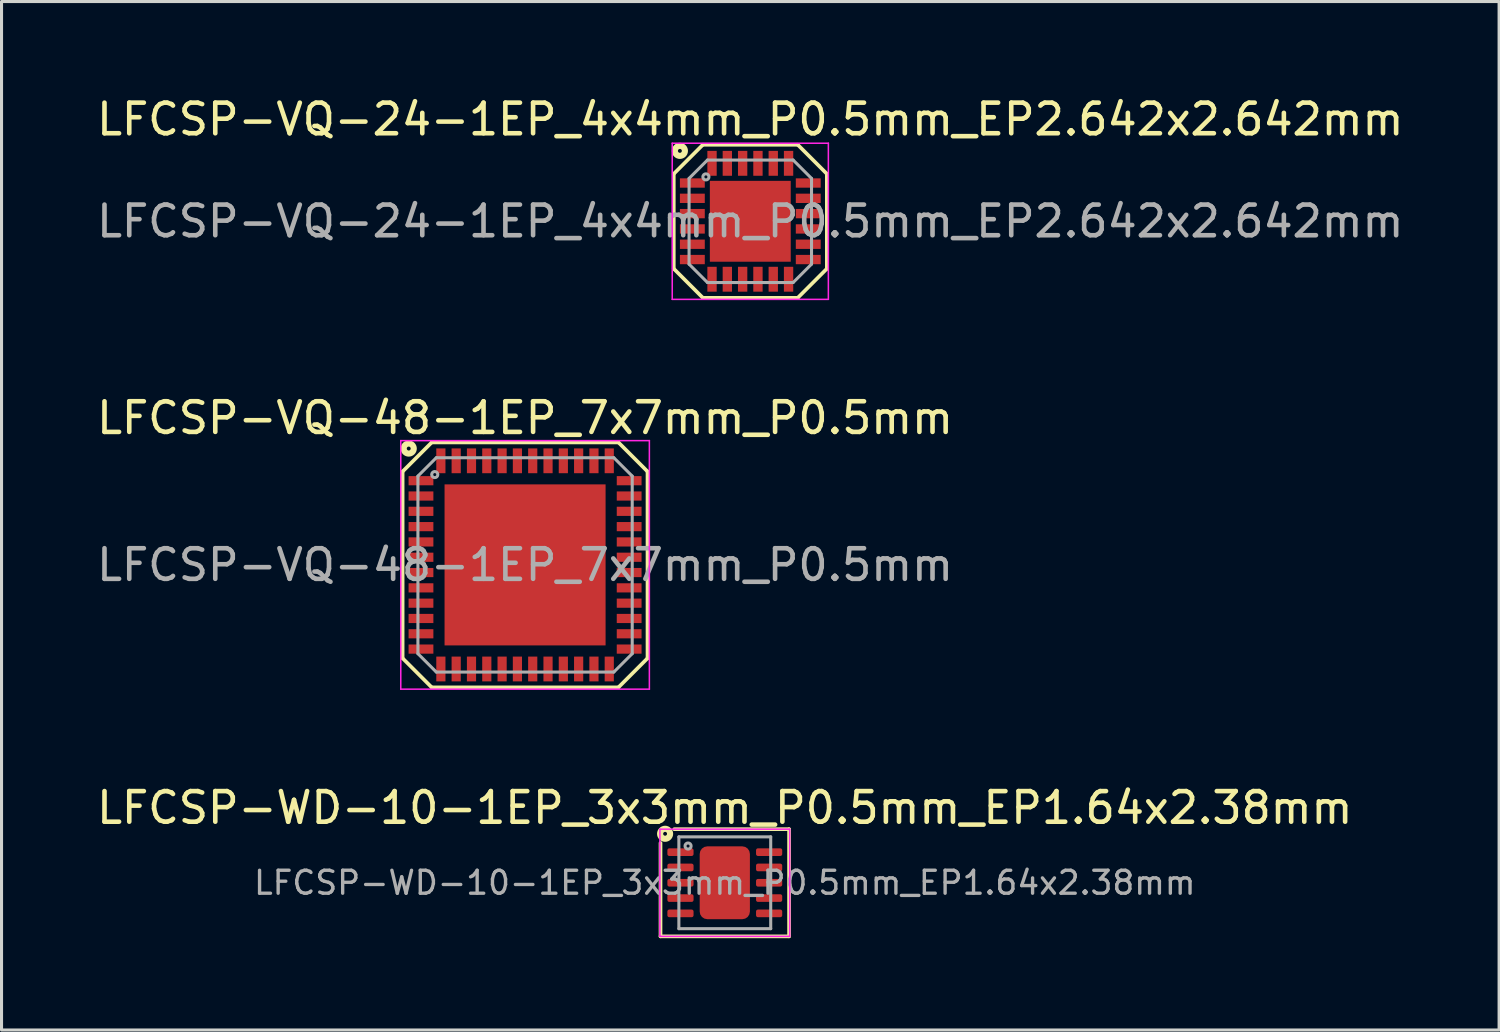
<source format=kicad_pcb>
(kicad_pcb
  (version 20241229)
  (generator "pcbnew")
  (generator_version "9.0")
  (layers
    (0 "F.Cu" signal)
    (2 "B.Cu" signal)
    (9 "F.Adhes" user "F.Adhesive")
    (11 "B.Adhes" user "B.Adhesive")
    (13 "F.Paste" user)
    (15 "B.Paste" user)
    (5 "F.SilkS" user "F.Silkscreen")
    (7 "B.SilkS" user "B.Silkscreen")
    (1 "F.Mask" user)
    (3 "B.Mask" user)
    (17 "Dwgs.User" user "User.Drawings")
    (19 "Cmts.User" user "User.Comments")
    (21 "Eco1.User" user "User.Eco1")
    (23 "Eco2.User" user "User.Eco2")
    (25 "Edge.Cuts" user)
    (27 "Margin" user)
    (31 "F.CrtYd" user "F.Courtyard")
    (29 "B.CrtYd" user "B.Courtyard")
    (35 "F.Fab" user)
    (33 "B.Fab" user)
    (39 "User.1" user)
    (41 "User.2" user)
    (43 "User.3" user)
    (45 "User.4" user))
  (footprint "LFCSP-VQ-48-1EP_7x7mm_P0.5mm"
    (layer "F.Cu")
    (at 14.101 15.402)
    (property "Reference" "LFCSP-VQ-48-1EP_7x7mm_P0.5mm" (at 0 -4.8 0) (layer "F.SilkS") (effects (font (size 1 1) (thickness 0.15))))
    (attr smd)
    (fp_line (start -4 -3.05) (end -4 3.05) (stroke (width 0.12) (type solid)) (layer "F.SilkS"))
    (fp_line (start -4 -3.05) (end -3.05 -4) (stroke (width 0.12) (type solid)) (layer "F.SilkS"))
    (fp_line (start -4 3.05) (end -3.05 4) (stroke (width 0.12) (type solid)) (layer "F.SilkS"))
    (fp_line (start -3.05 -4) (end 3.05 -4) (stroke (width 0.12) (type solid)) (layer "F.SilkS"))
    (fp_line (start 3.05 4) (end -3.05 4) (stroke (width 0.12) (type solid)) (layer "F.SilkS"))
    (fp_line (start 4 -3.05) (end 3.05 -4) (stroke (width 0.12) (type solid)) (layer "F.SilkS"))
    (fp_line (start 4 3.05) (end 3.05 4) (stroke (width 0.12) (type solid)) (layer "F.SilkS"))
    (fp_line (start 4 3.05) (end 4 -3.05) (stroke (width 0.12) (type solid)) (layer "F.SilkS"))
    (fp_circle (center -3.8 -3.8) (end -3.736 -3.8) (stroke (width 0.2) (type solid)) (fill no) (layer "F.SilkS"))
    (fp_line (start -4.06 -4.06) (end 4.06 -4.06) (stroke (width 0.05) (type solid)) (layer "F.CrtYd"))
    (fp_line (start -4.06 4.06) (end -4.06 -4.06) (stroke (width 0.05) (type solid)) (layer "F.CrtYd"))
    (fp_line (start 4.06 -4.06) (end 4.06 4.06) (stroke (width 0.05) (type solid)) (layer "F.CrtYd"))
    (fp_line (start 4.06 4.06) (end -4.06 4.06) (stroke (width 0.05) (type solid)) (layer "F.CrtYd"))
    (fp_line (start -3.5 -2.9) (end -2.9 -3.5) (stroke (width 0.1) (type solid)) (layer "F.Fab"))
    (fp_line (start -3.5 2.9) (end -3.5 -2.9) (stroke (width 0.1) (type solid)) (layer "F.Fab"))
    (fp_line (start -2.9 -3.5) (end 2.9 -3.5) (stroke (width 0.1) (type solid)) (layer "F.Fab"))
    (fp_line (start -2.9 3.5) (end -3.5 2.9) (stroke (width 0.1) (type solid)) (layer "F.Fab"))
    (fp_line (start 2.9 -3.5) (end 3.5 -2.9) (stroke (width 0.1) (type solid)) (layer "F.Fab"))
    (fp_line (start 2.9 3.5) (end -2.9 3.5) (stroke (width 0.1) (type solid)) (layer "F.Fab"))
    (fp_line (start 2.9 3.5) (end 3.5 2.9) (stroke (width 0.1) (type solid)) (layer "F.Fab"))
    (fp_line (start 3.5 -2.9) (end 3.5 2.9) (stroke (width 0.1) (type solid)) (layer "F.Fab"))
    (fp_circle (center -2.95 -2.95) (end -2.85 -2.95) (stroke (width 0.1) (type solid)) (fill no) (layer "F.Fab"))
    (fp_text user "${REFERENCE}" (at 0 0 0) (layer "F.Fab") (effects (font (size 1 1) (thickness 0.15))))
    (pad "1" smd rect (at -3.4 -2.75) (size 0.81 0.3) (layers "F.Cu" "F.Mask" "F.Paste"))
    (pad "2" smd rect (at -3.4 -2.25) (size 0.81 0.3) (layers "F.Cu" "F.Mask" "F.Paste"))
    (pad "3" smd rect (at -3.4 -1.75) (size 0.81 0.3) (layers "F.Cu" "F.Mask" "F.Paste"))
    (pad "4" smd rect (at -3.4 -1.25) (size 0.81 0.3) (layers "F.Cu" "F.Mask" "F.Paste"))
    (pad "5" smd rect (at -3.4 -0.75) (size 0.81 0.3) (layers "F.Cu" "F.Mask" "F.Paste"))
    (pad "6" smd rect (at -3.4 -0.25) (size 0.81 0.3) (layers "F.Cu" "F.Mask" "F.Paste"))
    (pad "7" smd rect (at -3.4 0.25) (size 0.81 0.3) (layers "F.Cu" "F.Mask" "F.Paste"))
    (pad "8" smd rect (at -3.4 0.75) (size 0.81 0.3) (layers "F.Cu" "F.Mask" "F.Paste"))
    (pad "9" smd rect (at -3.4 1.25) (size 0.81 0.3) (layers "F.Cu" "F.Mask" "F.Paste"))
    (pad "10" smd rect (at -3.4 1.75) (size 0.81 0.3) (layers "F.Cu" "F.Mask" "F.Paste"))
    (pad "11" smd rect (at -3.4 2.25) (size 0.81 0.3) (layers "F.Cu" "F.Mask" "F.Paste"))
    (pad "12" smd rect (at -3.4 2.75) (size 0.81 0.3) (layers "F.Cu" "F.Mask" "F.Paste"))
    (pad "13" smd rect (at -2.75 3.4) (size 0.3 0.81) (layers "F.Cu" "F.Mask" "F.Paste"))
    (pad "14" smd rect (at -2.25 3.4) (size 0.3 0.81) (layers "F.Cu" "F.Mask" "F.Paste"))
    (pad "15" smd rect (at -1.75 3.4) (size 0.3 0.81) (layers "F.Cu" "F.Mask" "F.Paste"))
    (pad "16" smd rect (at -1.25 3.4) (size 0.3 0.81) (layers "F.Cu" "F.Mask" "F.Paste"))
    (pad "17" smd rect (at -0.75 3.4) (size 0.3 0.81) (layers "F.Cu" "F.Mask" "F.Paste"))
    (pad "18" smd rect (at -0.25 3.4) (size 0.3 0.81) (layers "F.Cu" "F.Mask" "F.Paste"))
    (pad "19" smd rect (at 0.25 3.4) (size 0.3 0.81) (layers "F.Cu" "F.Mask" "F.Paste"))
    (pad "20" smd rect (at 0.75 3.4) (size 0.3 0.81) (layers "F.Cu" "F.Mask" "F.Paste"))
    (pad "21" smd rect (at 1.25 3.4) (size 0.3 0.81) (layers "F.Cu" "F.Mask" "F.Paste"))
    (pad "22" smd rect (at 1.75 3.4) (size 0.3 0.81) (layers "F.Cu" "F.Mask" "F.Paste"))
    (pad "23" smd rect (at 2.25 3.4) (size 0.3 0.81) (layers "F.Cu" "F.Mask" "F.Paste"))
    (pad "24" smd rect (at 2.75 3.4) (size 0.3 0.81) (layers "F.Cu" "F.Mask" "F.Paste"))
    (pad "25" smd rect (at 3.4 2.75) (size 0.81 0.3) (layers "F.Cu" "F.Mask" "F.Paste"))
    (pad "26" smd rect (at 3.4 2.25) (size 0.81 0.3) (layers "F.Cu" "F.Mask" "F.Paste"))
    (pad "27" smd rect (at 3.4 1.75) (size 0.81 0.3) (layers "F.Cu" "F.Mask" "F.Paste"))
    (pad "28" smd rect (at 3.4 1.25) (size 0.81 0.3) (layers "F.Cu" "F.Mask" "F.Paste"))
    (pad "29" smd rect (at 3.4 0.75) (size 0.81 0.3) (layers "F.Cu" "F.Mask" "F.Paste"))
    (pad "30" smd rect (at 3.4 0.25) (size 0.81 0.3) (layers "F.Cu" "F.Mask" "F.Paste"))
    (pad "31" smd rect (at 3.4 -0.25) (size 0.81 0.3) (layers "F.Cu" "F.Mask" "F.Paste"))
    (pad "32" smd rect (at 3.4 -0.75) (size 0.81 0.3) (layers "F.Cu" "F.Mask" "F.Paste"))
    (pad "33" smd rect (at 3.4 -1.25) (size 0.81 0.3) (layers "F.Cu" "F.Mask" "F.Paste"))
    (pad "34" smd rect (at 3.4 -1.75) (size 0.81 0.3) (layers "F.Cu" "F.Mask" "F.Paste"))
    (pad "35" smd rect (at 3.4 -2.25) (size 0.81 0.3) (layers "F.Cu" "F.Mask" "F.Paste"))
    (pad "36" smd rect (at 3.4 -2.75) (size 0.81 0.3) (layers "F.Cu" "F.Mask" "F.Paste"))
    (pad "37" smd rect (at 2.75 -3.4) (size 0.3 0.81) (layers "F.Cu" "F.Mask" "F.Paste"))
    (pad "38" smd rect (at 2.25 -3.4) (size 0.3 0.81) (layers "F.Cu" "F.Mask" "F.Paste"))
    (pad "39" smd rect (at 1.75 -3.4) (size 0.3 0.81) (layers "F.Cu" "F.Mask" "F.Paste"))
    (pad "40" smd rect (at 1.25 -3.4) (size 0.3 0.81) (layers "F.Cu" "F.Mask" "F.Paste"))
    (pad "41" smd rect (at 0.75 -3.4) (size 0.3 0.81) (layers "F.Cu" "F.Mask" "F.Paste"))
    (pad "42" smd rect (at 0.25 -3.4) (size 0.3 0.81) (layers "F.Cu" "F.Mask" "F.Paste"))
    (pad "43" smd rect (at -0.25 -3.4) (size 0.3 0.81) (layers "F.Cu" "F.Mask" "F.Paste"))
    (pad "44" smd rect (at -0.75 -3.4) (size 0.3 0.81) (layers "F.Cu" "F.Mask" "F.Paste"))
    (pad "45" smd rect (at -1.25 -3.4) (size 0.3 0.81) (layers "F.Cu" "F.Mask" "F.Paste"))
    (pad "46" smd rect (at -1.75 -3.4) (size 0.3 0.81) (layers "F.Cu" "F.Mask" "F.Paste"))
    (pad "47" smd rect (at -2.25 -3.4) (size 0.3 0.81) (layers "F.Cu" "F.Mask" "F.Paste"))
    (pad "48" smd rect (at -2.75 -3.4) (size 0.3 0.81) (layers "F.Cu" "F.Mask" "F.Paste"))
    (pad "49" smd rect (at 0 0) (size 5.26 5.26) (layers "F.Cu" "F.Mask" "F.Paste")))
  (footprint "LFCSP-VQ-24-1EP_4x4mm_P0.5mm_EP2.642x2.642mm"
    (layer "F.Cu")
    (at 21.458 4.178)
    (property "Reference" "LFCSP-VQ-24-1EP_4x4mm_P0.5mm_EP2.642x2.642mm" (at 0 -3.33 0) (layer "F.SilkS") (effects (font (size 1 1) (thickness 0.15))))
    (attr smd)
    (fp_line (start -2.5 1.55) (end -2.5 -1.55) (stroke (width 0.12) (type solid)) (layer "F.SilkS"))
    (fp_line (start -1.55 -2.5) (end -2.5 -1.55) (stroke (width 0.12) (type solid)) (layer "F.SilkS"))
    (fp_line (start -1.55 -2.5) (end 1.55 -2.5) (stroke (width 0.12) (type solid)) (layer "F.SilkS"))
    (fp_line (start -1.55 2.5) (end -2.5 1.55) (stroke (width 0.12) (type solid)) (layer "F.SilkS"))
    (fp_line (start -1.55 2.5) (end 1.55 2.5) (stroke (width 0.12) (type solid)) (layer "F.SilkS"))
    (fp_line (start 1.55 -2.5) (end 2.5 -1.55) (stroke (width 0.12) (type solid)) (layer "F.SilkS"))
    (fp_line (start 1.55 2.5) (end 2.5 1.55) (stroke (width 0.12) (type solid)) (layer "F.SilkS"))
    (fp_line (start 2.5 -1.55) (end 2.5 1.55) (stroke (width 0.12) (type solid)) (layer "F.SilkS"))
    (fp_circle (center -2.3 -2.3) (end -2.236 -2.3) (stroke (width 0.2) (type solid)) (fill no) (layer "F.SilkS"))
    (fp_line (start -2.55 -2.55) (end -2.55 2.55) (stroke (width 0.05) (type solid)) (layer "F.CrtYd"))
    (fp_line (start -2.55 -2.55) (end 2.55 -2.55) (stroke (width 0.05) (type solid)) (layer "F.CrtYd"))
    (fp_line (start -2.55 2.55) (end 2.55 2.55) (stroke (width 0.05) (type solid)) (layer "F.CrtYd"))
    (fp_line (start 2.55 -2.55) (end 2.55 2.55) (stroke (width 0.05) (type solid)) (layer "F.CrtYd"))
    (fp_line (start -2 -1.4) (end -1.4 -2) (stroke (width 0.1) (type solid)) (layer "F.Fab"))
    (fp_line (start -2 1.4) (end -2 -1.4) (stroke (width 0.1) (type solid)) (layer "F.Fab"))
    (fp_line (start -2 1.4) (end -1.4 2) (stroke (width 0.1) (type solid)) (layer "F.Fab"))
    (fp_line (start -1.4 -2) (end 1.4 -2) (stroke (width 0.1) (type solid)) (layer "F.Fab"))
    (fp_line (start 1.4 -2) (end 2 -1.4) (stroke (width 0.1) (type solid)) (layer "F.Fab"))
    (fp_line (start 1.4 2) (end -1.4 2) (stroke (width 0.1) (type solid)) (layer "F.Fab"))
    (fp_line (start 1.4 2) (end 2 1.4) (stroke (width 0.1) (type solid)) (layer "F.Fab"))
    (fp_line (start 2 -1.4) (end 2 1.4) (stroke (width 0.1) (type solid)) (layer "F.Fab"))
    (fp_circle (center -1.45 -1.45) (end -1.35 -1.45) (stroke (width 0.1) (type solid)) (fill no) (layer "F.Fab"))
    (fp_text user "${REFERENCE}" (at 0 0 0) (layer "F.Fab") (effects (font (size 1 1) (thickness 0.15))))
    (pad "" smd rect (at -0.65 -0.65) (size 1.05 1.05) (layers "F.Paste"))
    (pad "" smd rect (at -0.65 0.65) (size 1.05 1.05) (layers "F.Paste"))
    (pad "" smd rect (at 0.65 -0.65) (size 1.05 1.05) (layers "F.Paste"))
    (pad "" smd rect (at 0.65 0.65) (size 1.05 1.05) (layers "F.Paste"))
    (pad "1" smd rect (at -1.893 -1.25) (size 0.813 0.305) (layers "F.Cu" "F.Mask" "F.Paste"))
    (pad "2" smd rect (at -1.893 -0.75) (size 0.813 0.305) (layers "F.Cu" "F.Mask" "F.Paste"))
    (pad "3" smd rect (at -1.893 -0.25) (size 0.813 0.305) (layers "F.Cu" "F.Mask" "F.Paste"))
    (pad "4" smd rect (at -1.893 0.25) (size 0.813 0.305) (layers "F.Cu" "F.Mask" "F.Paste"))
    (pad "5" smd rect (at -1.893 0.75) (size 0.813 0.305) (layers "F.Cu" "F.Mask" "F.Paste"))
    (pad "6" smd rect (at -1.893 1.25) (size 0.813 0.305) (layers "F.Cu" "F.Mask" "F.Paste"))
    (pad "7" smd rect (at -1.25 1.893 90) (size 0.813 0.305) (layers "F.Cu" "F.Mask" "F.Paste"))
    (pad "8" smd rect (at -0.75 1.893 90) (size 0.813 0.305) (layers "F.Cu" "F.Mask" "F.Paste"))
    (pad "9" smd rect (at -0.25 1.893 90) (size 0.813 0.305) (layers "F.Cu" "F.Mask" "F.Paste"))
    (pad "10" smd rect (at 0.25 1.893 90) (size 0.813 0.305) (layers "F.Cu" "F.Mask" "F.Paste"))
    (pad "11" smd rect (at 0.75 1.893 90) (size 0.813 0.305) (layers "F.Cu" "F.Mask" "F.Paste"))
    (pad "12" smd rect (at 1.25 1.893 90) (size 0.813 0.305) (layers "F.Cu" "F.Mask" "F.Paste"))
    (pad "13" smd rect (at 1.893 1.25) (size 0.813 0.305) (layers "F.Cu" "F.Mask" "F.Paste"))
    (pad "14" smd rect (at 1.893 0.75) (size 0.813 0.305) (layers "F.Cu" "F.Mask" "F.Paste"))
    (pad "15" smd rect (at 1.893 0.25) (size 0.813 0.305) (layers "F.Cu" "F.Mask" "F.Paste"))
    (pad "16" smd rect (at 1.893 -0.25) (size 0.813 0.305) (layers "F.Cu" "F.Mask" "F.Paste"))
    (pad "17" smd rect (at 1.893 -0.75) (size 0.813 0.305) (layers "F.Cu" "F.Mask" "F.Paste"))
    (pad "18" smd rect (at 1.893 -1.25) (size 0.813 0.305) (layers "F.Cu" "F.Mask" "F.Paste"))
    (pad "19" smd rect (at 1.25 -1.893 90) (size 0.813 0.305) (layers "F.Cu" "F.Mask" "F.Paste"))
    (pad "20" smd rect (at 0.75 -1.893 90) (size 0.813 0.305) (layers "F.Cu" "F.Mask" "F.Paste"))
    (pad "21" smd rect (at 0.25 -1.893 90) (size 0.813 0.305) (layers "F.Cu" "F.Mask" "F.Paste"))
    (pad "22" smd rect (at -0.25 -1.893 90) (size 0.813 0.305) (layers "F.Cu" "F.Mask" "F.Paste"))
    (pad "23" smd rect (at -0.75 -1.893 90) (size 0.813 0.305) (layers "F.Cu" "F.Mask" "F.Paste"))
    (pad "24" smd rect (at -1.25 -1.893 90) (size 0.813 0.305) (layers "F.Cu" "F.Mask" "F.Paste"))
    (pad "25" smd rect (at 0 0) (size 2.642 2.642) (layers "F.Cu" "F.Mask")))
  (footprint "LFCSP-WD-10-1EP_3x3mm_P0.5mm_EP1.64x2.38mm"
    (layer "F.Cu")
    (at 20.625 25.785)
    (property "Reference" "LFCSP-WD-10-1EP_3x3mm_P0.5mm_EP1.64x2.38mm" (at 0 -2.45 0) (layer "F.SilkS") (effects (font (size 1 1) (thickness 0.15))))
    (attr smd)
    (fp_line (start -2.1 1.75) (end -2.1 -1.3) (stroke (width 0.12) (type solid)) (layer "F.SilkS"))
    (fp_line (start 2.1 -1.75) (end -1.65 -1.75) (stroke (width 0.12) (type solid)) (layer "F.SilkS"))
    (fp_line (start 2.1 -1.75) (end 2.1 1.75) (stroke (width 0.12) (type solid)) (layer "F.SilkS"))
    (fp_line (start 2.1 1.75) (end -2.1 1.75) (stroke (width 0.12) (type solid)) (layer "F.SilkS"))
    (fp_circle (center -1.95 -1.6) (end -1.887 -1.6) (stroke (width 0.2) (type solid)) (fill no) (layer "F.SilkS"))
    (fp_line (start -2.12 -1.75) (end -2.12 1.75) (stroke (width 0.05) (type solid)) (layer "F.CrtYd"))
    (fp_line (start -2.12 1.75) (end 2.12 1.75) (stroke (width 0.05) (type solid)) (layer "F.CrtYd"))
    (fp_line (start 2.12 -1.75) (end -2.12 -1.75) (stroke (width 0.05) (type solid)) (layer "F.CrtYd"))
    (fp_line (start 2.12 1.75) (end 2.12 -1.75) (stroke (width 0.05) (type solid)) (layer "F.CrtYd"))
    (fp_line (start -1.5 -1.5) (end 1.5 -1.5) (stroke (width 0.1) (type solid)) (layer "F.Fab"))
    (fp_line (start -1.5 1.5) (end -1.5 -1.5) (stroke (width 0.1) (type solid)) (layer "F.Fab"))
    (fp_line (start 1.5 -1.5) (end 1.5 1.5) (stroke (width 0.1) (type solid)) (layer "F.Fab"))
    (fp_line (start 1.5 1.5) (end -1.5 1.5) (stroke (width 0.1) (type solid)) (layer "F.Fab"))
    (fp_circle (center -1.2 -1.2) (end -1.1 -1.2) (stroke (width 0.1) (type solid)) (fill no) (layer "F.Fab"))
    (fp_text user "${REFERENCE}" (at 0 0 0) (layer "F.Fab") (effects (font (size 0.75 0.75) (thickness 0.11))))
    (pad "" smd roundrect (at -0.41 -0.79) (size 0.66 0.64) (layers "F.Paste") (roundrect_rratio 0.25))
    (pad "" smd roundrect (at -0.41 0) (size 0.66 0.64) (layers "F.Paste") (roundrect_rratio 0.25))
    (pad "" smd roundrect (at -0.41 0.79) (size 0.66 0.64) (layers "F.Paste") (roundrect_rratio 0.25))
    (pad "" smd roundrect (at 0.41 -0.79) (size 0.66 0.64) (layers "F.Paste") (roundrect_rratio 0.25))
    (pad "" smd roundrect (at 0.41 0) (size 0.66 0.64) (layers "F.Paste") (roundrect_rratio 0.25))
    (pad "" smd roundrect (at 0.41 0.79) (size 0.66 0.64) (layers "F.Paste") (roundrect_rratio 0.25))
    (pad "1" smd roundrect (at -1.448 -1) (size 0.855 0.25) (layers "F.Cu" "F.Mask" "F.Paste") (roundrect_rratio 0.25))
    (pad "2" smd roundrect (at -1.448 -0.5) (size 0.855 0.25) (layers "F.Cu" "F.Mask" "F.Paste") (roundrect_rratio 0.25))
    (pad "3" smd roundrect (at -1.448 0) (size 0.855 0.25) (layers "F.Cu" "F.Mask" "F.Paste") (roundrect_rratio 0.25))
    (pad "4" smd roundrect (at -1.448 0.5) (size 0.855 0.25) (layers "F.Cu" "F.Mask" "F.Paste") (roundrect_rratio 0.25))
    (pad "5" smd roundrect (at -1.448 1) (size 0.855 0.25) (layers "F.Cu" "F.Mask" "F.Paste") (roundrect_rratio 0.25))
    (pad "6" smd roundrect (at 1.448 1) (size 0.855 0.25) (layers "F.Cu" "F.Mask" "F.Paste") (roundrect_rratio 0.25))
    (pad "7" smd roundrect (at 1.448 0.5) (size 0.855 0.25) (layers "F.Cu" "F.Mask" "F.Paste") (roundrect_rratio 0.25))
    (pad "8" smd roundrect (at 1.448 0) (size 0.855 0.25) (layers "F.Cu" "F.Mask" "F.Paste") (roundrect_rratio 0.25))
    (pad "9" smd roundrect (at 1.448 -0.5) (size 0.855 0.25) (layers "F.Cu" "F.Mask" "F.Paste") (roundrect_rratio 0.25))
    (pad "10" smd roundrect (at 1.448 -1) (size 0.855 0.25) (layers "F.Cu" "F.Mask" "F.Paste") (roundrect_rratio 0.25))
    (pad "11" smd roundrect (at 0 0) (size 1.64 2.38) (layers "F.Cu" "F.Mask") (roundrect_rratio 0.152)))
  (gr_rect
    (start -3 -3)
    (end 45.917 30.595)
    (stroke (width 0.1) (type default))
    (fill no)
    (layer "Edge.Cuts")))
</source>
